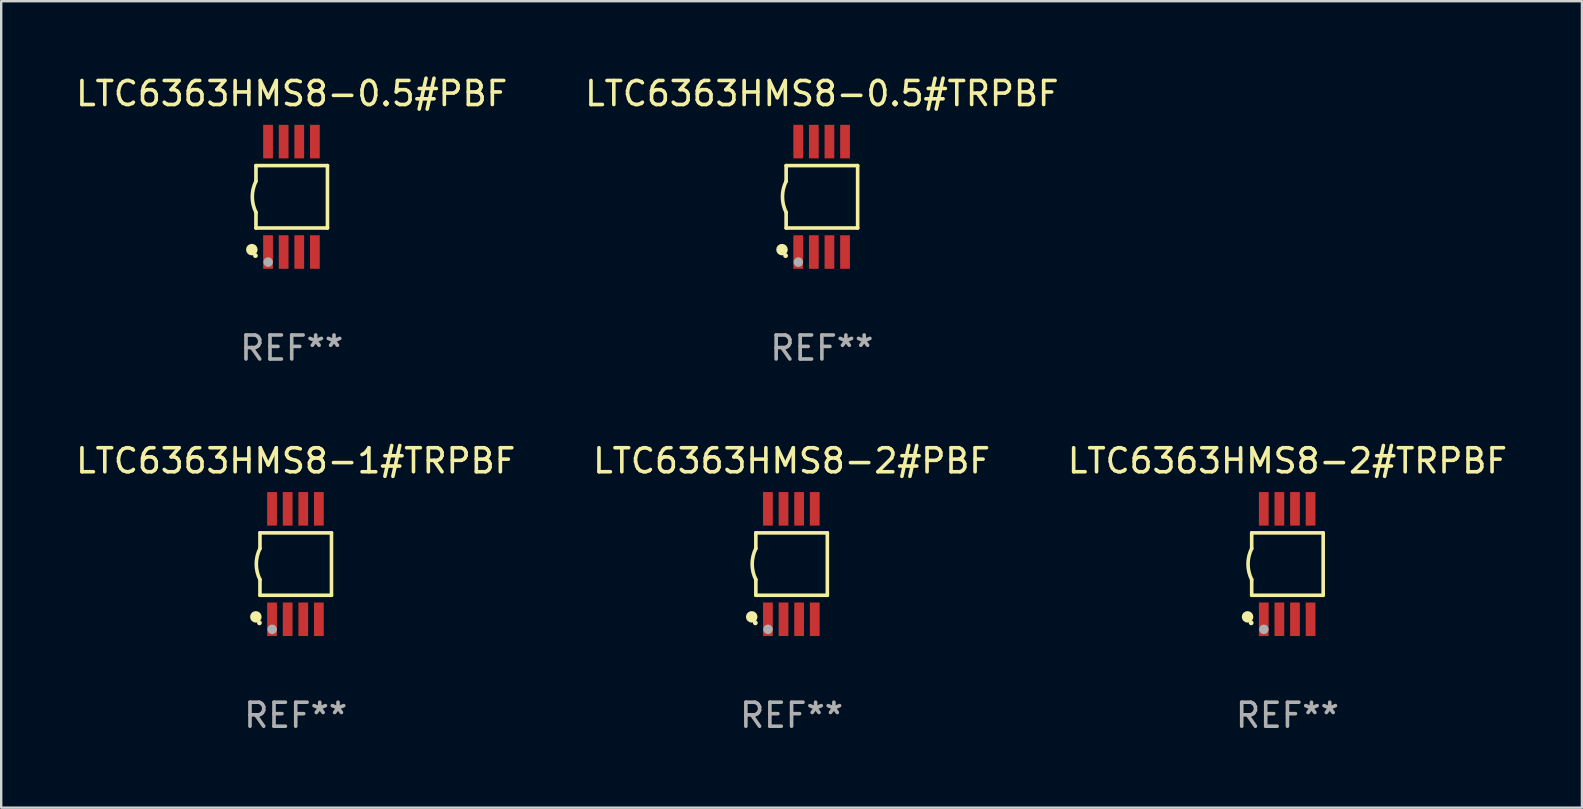
<source format=kicad_pcb>
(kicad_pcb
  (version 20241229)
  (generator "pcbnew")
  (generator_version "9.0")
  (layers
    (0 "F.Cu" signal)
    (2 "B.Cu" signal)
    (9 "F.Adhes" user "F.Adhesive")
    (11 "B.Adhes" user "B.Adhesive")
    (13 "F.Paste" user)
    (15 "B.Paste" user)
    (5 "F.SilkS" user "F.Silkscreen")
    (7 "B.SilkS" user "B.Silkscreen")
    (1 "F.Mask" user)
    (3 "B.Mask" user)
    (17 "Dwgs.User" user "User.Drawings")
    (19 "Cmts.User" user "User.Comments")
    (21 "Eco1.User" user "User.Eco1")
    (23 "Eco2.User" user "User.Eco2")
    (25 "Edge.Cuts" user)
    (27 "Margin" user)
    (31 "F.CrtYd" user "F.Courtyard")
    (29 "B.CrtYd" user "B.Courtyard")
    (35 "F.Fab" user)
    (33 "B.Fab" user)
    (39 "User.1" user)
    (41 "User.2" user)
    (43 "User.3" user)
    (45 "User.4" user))
  (footprint "LTC6363HMS8-0.5#TRPBF"
    (layer "F.Cu")
    (at 31.185 5.148)
    (property "Reference" "LTC6363HMS8-0.5#TRPBF" (at 0 -4.3 0) (layer "F.SilkS") (effects (font (size 1 1) (thickness 0.15))))
    (attr through_hole)
    (fp_line (start -1.489 -1.3) (end -1.489 -0.648) (stroke (width 0.15) (type solid)) (layer "F.SilkS"))
    (fp_line (start -1.489 0.648) (end -1.489 1.3) (stroke (width 0.15) (type solid)) (layer "F.SilkS"))
    (fp_line (start -1.489 1.3) (end 1.489 1.3) (stroke (width 0.15) (type solid)) (layer "F.SilkS"))
    (fp_line (start 1.489 -1.3) (end -1.489 -1.3) (stroke (width 0.15) (type solid)) (layer "F.SilkS"))
    (fp_line (start 1.489 1.3) (end 1.489 -1.3) (stroke (width 0.15) (type solid)) (layer "F.SilkS"))
    (fp_arc (start -1.489205 0.647702) (mid -1.642107 0) (end -1.489205 -0.647701) (stroke (width 0.150013) (type solid)) (layer "F.SilkS"))
    (fp_circle (center -1.661 2.2) (end -1.541 2.2) (stroke (width 0.24) (type solid)) (fill no) (layer "F.SilkS"))
    (fp_circle (center -1.511 2.45) (end -1.461 2.45) (stroke (width 0.1) (type solid)) (fill no) (layer "F.SilkS"))
    (fp_circle (center -0.981 2.72) (end -0.881 2.72) (stroke (width 0.2) (type solid)) (fill no) (layer "F.Fab"))
    (fp_text user "REF**" (at 0 6.3 0) (layer "F.Fab") (effects (font (size 1 1) (thickness 0.15))))
    (pad "1" smd rect (at -0.986 2.3) (size 0.406 1.397) (layers "F.Cu" "F.Mask" "F.Paste"))
    (pad "2" smd rect (at -0.336 2.3) (size 0.406 1.397) (layers "F.Cu" "F.Mask" "F.Paste"))
    (pad "3" smd rect (at 0.314 2.3) (size 0.406 1.397) (layers "F.Cu" "F.Mask" "F.Paste"))
    (pad "4" smd rect (at 0.964 2.3) (size 0.406 1.397) (layers "F.Cu" "F.Mask" "F.Paste"))
    (pad "5" smd rect (at 0.964 -2.3) (size 0.406 1.397) (layers "F.Cu" "F.Mask" "F.Paste"))
    (pad "6" smd rect (at 0.314 -2.3) (size 0.406 1.397) (layers "F.Cu" "F.Mask" "F.Paste"))
    (pad "7" smd rect (at -0.336 -2.3) (size 0.406 1.397) (layers "F.Cu" "F.Mask" "F.Paste"))
    (pad "8" smd rect (at -0.986 -2.3) (size 0.406 1.397) (layers "F.Cu" "F.Mask" "F.Paste")))
  (footprint "LTC6363HMS8-0.5#PBF"
    (layer "F.Cu")
    (at 9.101 5.148)
    (property "Reference" "LTC6363HMS8-0.5#PBF" (at 0 -4.3 0) (layer "F.SilkS") (effects (font (size 1 1) (thickness 0.15))))
    (attr through_hole)
    (fp_line (start -1.489 -1.3) (end -1.489 -0.648) (stroke (width 0.15) (type solid)) (layer "F.SilkS"))
    (fp_line (start -1.489 0.648) (end -1.489 1.3) (stroke (width 0.15) (type solid)) (layer "F.SilkS"))
    (fp_line (start -1.489 1.3) (end 1.489 1.3) (stroke (width 0.15) (type solid)) (layer "F.SilkS"))
    (fp_line (start 1.489 -1.3) (end -1.489 -1.3) (stroke (width 0.15) (type solid)) (layer "F.SilkS"))
    (fp_line (start 1.489 1.3) (end 1.489 -1.3) (stroke (width 0.15) (type solid)) (layer "F.SilkS"))
    (fp_arc (start -1.489205 0.647702) (mid -1.642107 0) (end -1.489205 -0.647701) (stroke (width 0.150013) (type solid)) (layer "F.SilkS"))
    (fp_circle (center -1.661 2.2) (end -1.541 2.2) (stroke (width 0.24) (type solid)) (fill no) (layer "F.SilkS"))
    (fp_circle (center -1.511 2.45) (end -1.461 2.45) (stroke (width 0.1) (type solid)) (fill no) (layer "F.SilkS"))
    (fp_circle (center -0.981 2.72) (end -0.881 2.72) (stroke (width 0.2) (type solid)) (fill no) (layer "F.Fab"))
    (fp_text user "REF**" (at 0 6.3 0) (layer "F.Fab") (effects (font (size 1 1) (thickness 0.15))))
    (pad "1" smd rect (at -0.986 2.3) (size 0.406 1.397) (layers "F.Cu" "F.Mask" "F.Paste"))
    (pad "2" smd rect (at -0.336 2.3) (size 0.406 1.397) (layers "F.Cu" "F.Mask" "F.Paste"))
    (pad "3" smd rect (at 0.314 2.3) (size 0.406 1.397) (layers "F.Cu" "F.Mask" "F.Paste"))
    (pad "4" smd rect (at 0.964 2.3) (size 0.406 1.397) (layers "F.Cu" "F.Mask" "F.Paste"))
    (pad "5" smd rect (at 0.964 -2.3) (size 0.406 1.397) (layers "F.Cu" "F.Mask" "F.Paste"))
    (pad "6" smd rect (at 0.314 -2.3) (size 0.406 1.397) (layers "F.Cu" "F.Mask" "F.Paste"))
    (pad "7" smd rect (at -0.336 -2.3) (size 0.406 1.397) (layers "F.Cu" "F.Mask" "F.Paste"))
    (pad "8" smd rect (at -0.986 -2.3) (size 0.406 1.397) (layers "F.Cu" "F.Mask" "F.Paste")))
  (footprint "LTC6363HMS8-2#PBF"
    (layer "F.Cu")
    (at 29.923 20.445)
    (property "Reference" "LTC6363HMS8-2#PBF" (at 0 -4.3 0) (layer "F.SilkS") (effects (font (size 1 1) (thickness 0.15))))
    (attr through_hole)
    (fp_line (start -1.489 -1.3) (end -1.489 -0.648) (stroke (width 0.15) (type solid)) (layer "F.SilkS"))
    (fp_line (start -1.489 0.648) (end -1.489 1.3) (stroke (width 0.15) (type solid)) (layer "F.SilkS"))
    (fp_line (start -1.489 1.3) (end 1.489 1.3) (stroke (width 0.15) (type solid)) (layer "F.SilkS"))
    (fp_line (start 1.489 -1.3) (end -1.489 -1.3) (stroke (width 0.15) (type solid)) (layer "F.SilkS"))
    (fp_line (start 1.489 1.3) (end 1.489 -1.3) (stroke (width 0.15) (type solid)) (layer "F.SilkS"))
    (fp_arc (start -1.489205 0.647702) (mid -1.642107 0) (end -1.489205 -0.647701) (stroke (width 0.150013) (type solid)) (layer "F.SilkS"))
    (fp_circle (center -1.661 2.2) (end -1.541 2.2) (stroke (width 0.24) (type solid)) (fill no) (layer "F.SilkS"))
    (fp_circle (center -1.511 2.45) (end -1.461 2.45) (stroke (width 0.1) (type solid)) (fill no) (layer "F.SilkS"))
    (fp_circle (center -0.981 2.72) (end -0.881 2.72) (stroke (width 0.2) (type solid)) (fill no) (layer "F.Fab"))
    (fp_text user "REF**" (at 0 6.3 0) (layer "F.Fab") (effects (font (size 1 1) (thickness 0.15))))
    (pad "1" smd rect (at -0.986 2.3) (size 0.406 1.397) (layers "F.Cu" "F.Mask" "F.Paste"))
    (pad "2" smd rect (at -0.336 2.3) (size 0.406 1.397) (layers "F.Cu" "F.Mask" "F.Paste"))
    (pad "3" smd rect (at 0.314 2.3) (size 0.406 1.397) (layers "F.Cu" "F.Mask" "F.Paste"))
    (pad "4" smd rect (at 0.964 2.3) (size 0.406 1.397) (layers "F.Cu" "F.Mask" "F.Paste"))
    (pad "5" smd rect (at 0.964 -2.3) (size 0.406 1.397) (layers "F.Cu" "F.Mask" "F.Paste"))
    (pad "6" smd rect (at 0.314 -2.3) (size 0.406 1.397) (layers "F.Cu" "F.Mask" "F.Paste"))
    (pad "7" smd rect (at -0.336 -2.3) (size 0.406 1.397) (layers "F.Cu" "F.Mask" "F.Paste"))
    (pad "8" smd rect (at -0.986 -2.3) (size 0.406 1.397) (layers "F.Cu" "F.Mask" "F.Paste")))
  (footprint "LTC6363HMS8-1#TRPBF"
    (layer "F.Cu")
    (at 9.268 20.445)
    (property "Reference" "LTC6363HMS8-1#TRPBF" (at 0 -4.3 0) (layer "F.SilkS") (effects (font (size 1 1) (thickness 0.15))))
    (attr through_hole)
    (fp_line (start -1.489 -1.3) (end -1.489 -0.648) (stroke (width 0.15) (type solid)) (layer "F.SilkS"))
    (fp_line (start -1.489 0.648) (end -1.489 1.3) (stroke (width 0.15) (type solid)) (layer "F.SilkS"))
    (fp_line (start -1.489 1.3) (end 1.489 1.3) (stroke (width 0.15) (type solid)) (layer "F.SilkS"))
    (fp_line (start 1.489 -1.3) (end -1.489 -1.3) (stroke (width 0.15) (type solid)) (layer "F.SilkS"))
    (fp_line (start 1.489 1.3) (end 1.489 -1.3) (stroke (width 0.15) (type solid)) (layer "F.SilkS"))
    (fp_arc (start -1.489205 0.647702) (mid -1.642107 0) (end -1.489205 -0.647701) (stroke (width 0.150013) (type solid)) (layer "F.SilkS"))
    (fp_circle (center -1.661 2.2) (end -1.541 2.2) (stroke (width 0.24) (type solid)) (fill no) (layer "F.SilkS"))
    (fp_circle (center -1.511 2.45) (end -1.461 2.45) (stroke (width 0.1) (type solid)) (fill no) (layer "F.SilkS"))
    (fp_circle (center -0.981 2.72) (end -0.881 2.72) (stroke (width 0.2) (type solid)) (fill no) (layer "F.Fab"))
    (fp_text user "REF**" (at 0 6.3 0) (layer "F.Fab") (effects (font (size 1 1) (thickness 0.15))))
    (pad "1" smd rect (at -0.986 2.3) (size 0.406 1.397) (layers "F.Cu" "F.Mask" "F.Paste"))
    (pad "2" smd rect (at -0.336 2.3) (size 0.406 1.397) (layers "F.Cu" "F.Mask" "F.Paste"))
    (pad "3" smd rect (at 0.314 2.3) (size 0.406 1.397) (layers "F.Cu" "F.Mask" "F.Paste"))
    (pad "4" smd rect (at 0.964 2.3) (size 0.406 1.397) (layers "F.Cu" "F.Mask" "F.Paste"))
    (pad "5" smd rect (at 0.964 -2.3) (size 0.406 1.397) (layers "F.Cu" "F.Mask" "F.Paste"))
    (pad "6" smd rect (at 0.314 -2.3) (size 0.406 1.397) (layers "F.Cu" "F.Mask" "F.Paste"))
    (pad "7" smd rect (at -0.336 -2.3) (size 0.406 1.397) (layers "F.Cu" "F.Mask" "F.Paste"))
    (pad "8" smd rect (at -0.986 -2.3) (size 0.406 1.397) (layers "F.Cu" "F.Mask" "F.Paste")))
  (footprint "LTC6363HMS8-2#TRPBF"
    (layer "F.Cu")
    (at 50.577 20.445)
    (property "Reference" "LTC6363HMS8-2#TRPBF" (at 0 -4.3 0) (layer "F.SilkS") (effects (font (size 1 1) (thickness 0.15))))
    (attr through_hole)
    (fp_line (start -1.489 -1.3) (end -1.489 -0.648) (stroke (width 0.15) (type solid)) (layer "F.SilkS"))
    (fp_line (start -1.489 0.648) (end -1.489 1.3) (stroke (width 0.15) (type solid)) (layer "F.SilkS"))
    (fp_line (start -1.489 1.3) (end 1.489 1.3) (stroke (width 0.15) (type solid)) (layer "F.SilkS"))
    (fp_line (start 1.489 -1.3) (end -1.489 -1.3) (stroke (width 0.15) (type solid)) (layer "F.SilkS"))
    (fp_line (start 1.489 1.3) (end 1.489 -1.3) (stroke (width 0.15) (type solid)) (layer "F.SilkS"))
    (fp_arc (start -1.489205 0.647702) (mid -1.642107 0) (end -1.489205 -0.647701) (stroke (width 0.150013) (type solid)) (layer "F.SilkS"))
    (fp_circle (center -1.661 2.2) (end -1.541 2.2) (stroke (width 0.24) (type solid)) (fill no) (layer "F.SilkS"))
    (fp_circle (center -1.511 2.45) (end -1.461 2.45) (stroke (width 0.1) (type solid)) (fill no) (layer "F.SilkS"))
    (fp_circle (center -0.981 2.72) (end -0.881 2.72) (stroke (width 0.2) (type solid)) (fill no) (layer "F.Fab"))
    (fp_text user "REF**" (at 0 6.3 0) (layer "F.Fab") (effects (font (size 1 1) (thickness 0.15))))
    (pad "1" smd rect (at -0.986 2.3) (size 0.406 1.397) (layers "F.Cu" "F.Mask" "F.Paste"))
    (pad "2" smd rect (at -0.336 2.3) (size 0.406 1.397) (layers "F.Cu" "F.Mask" "F.Paste"))
    (pad "3" smd rect (at 0.314 2.3) (size 0.406 1.397) (layers "F.Cu" "F.Mask" "F.Paste"))
    (pad "4" smd rect (at 0.964 2.3) (size 0.406 1.397) (layers "F.Cu" "F.Mask" "F.Paste"))
    (pad "5" smd rect (at 0.964 -2.3) (size 0.406 1.397) (layers "F.Cu" "F.Mask" "F.Paste"))
    (pad "6" smd rect (at 0.314 -2.3) (size 0.406 1.397) (layers "F.Cu" "F.Mask" "F.Paste"))
    (pad "7" smd rect (at -0.336 -2.3) (size 0.406 1.397) (layers "F.Cu" "F.Mask" "F.Paste"))
    (pad "8" smd rect (at -0.986 -2.3) (size 0.406 1.397) (layers "F.Cu" "F.Mask" "F.Paste")))
  (gr_rect
    (start -3 -3)
    (end 62.845 30.593)
    (stroke (width 0.1) (type default))
    (fill no)
    (layer "Edge.Cuts")))
</source>
